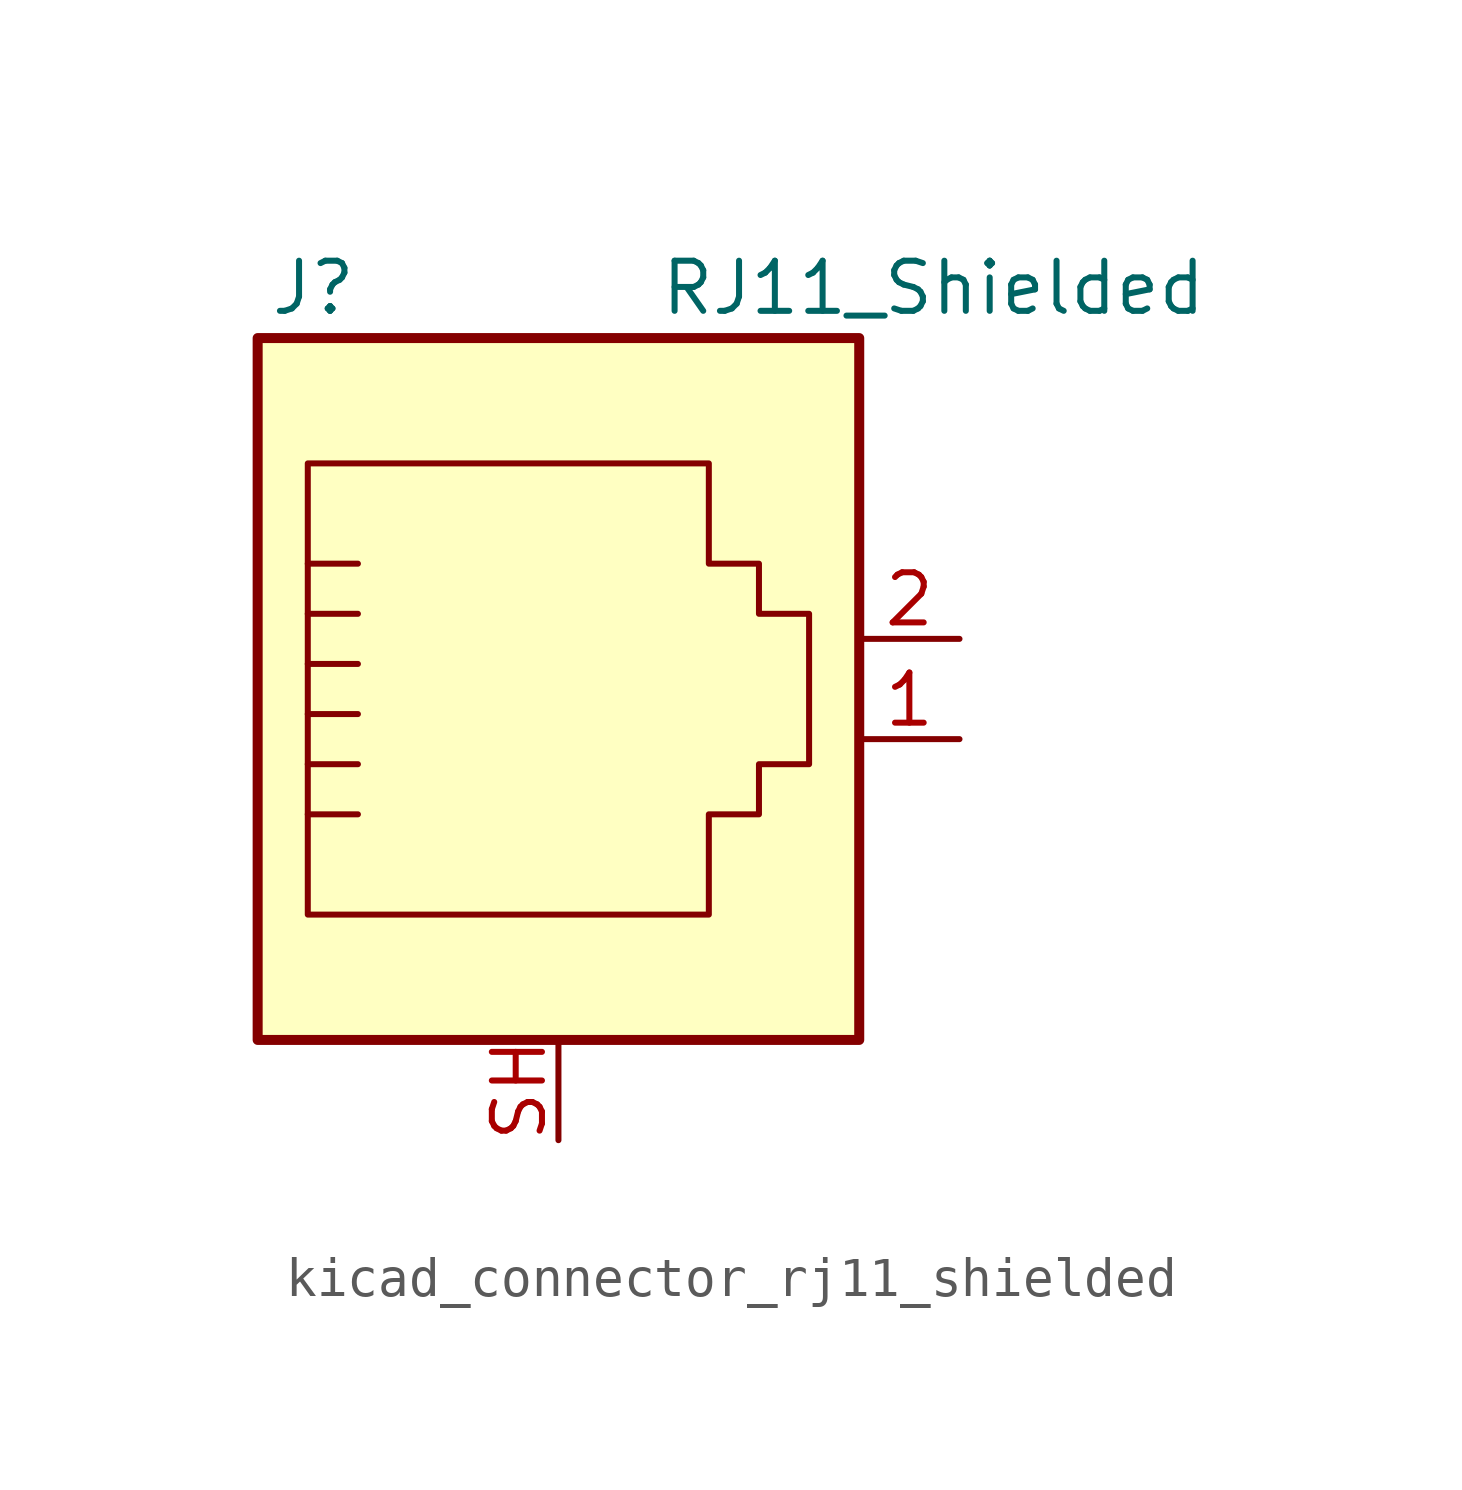
<source format=kicad_sym>
(kicad_symbol_lib
  (version 20220914)
  (generator kicad_symbol_editor)
  (symbol "kicad_connector_rj11_shielded"
    (pin_names
      (offset 1.016))
    (property "Reference" "J"
      (at -5.08 11.43 0)
      (effects (font (size 1.27 1.27)) (justify right)))
    (property "Value" "RJ11_Shielded"
      (at 2.54 11.43 0)
      (effects (font (size 1.27 1.27)) (justify left)))
    (symbol "kicad_connector_rj11_shielded_0_1"
      (polyline (pts (xy -6.35 -1.905) (xy -5.08 -1.905) (xy -5.08 -1.905)) (stroke (width 0) (type default)) (fill (type none)))
      (polyline (pts (xy -6.35 -0.635) (xy -5.08 -0.635) (xy -5.08 -0.635)) (stroke (width 0) (type default)) (fill (type none)))
      (polyline (pts (xy -6.35 0.635) (xy -5.08 0.635) (xy -5.08 0.635)) (stroke (width 0) (type default)) (fill (type none)))
      (polyline (pts (xy -6.35 1.905) (xy -5.08 1.905) (xy -5.08 1.905)) (stroke (width 0) (type default)) (fill (type none)))
      (polyline (pts (xy -6.35 3.175) (xy -5.08 3.175) (xy -5.08 3.175)) (stroke (width 0) (type default)) (fill (type none)))
      (polyline (pts (xy -5.08 4.445) (xy -6.35 4.445) (xy -6.35 4.445)) (stroke (width 0) (type default)) (fill (type none)))
      (polyline (pts (xy -6.35 -4.445) (xy -6.35 6.985) (xy 3.81 6.985) (xy 3.81 4.445) (xy 5.08 4.445) (xy 5.08 3.175) (xy 6.35 3.175) (xy 6.35 -0.635) (xy 5.08 -0.635) (xy 5.08 -1.905) (xy 3.81 -1.905) (xy 3.81 -4.445) (xy -6.35 -4.445) (xy -6.35 -4.445)) (stroke (width 0) (type default)) (fill (type none)))
      (rectangle (start 7.62 10.16) (end -7.62 -7.62) (stroke (width 0.254) (type default)) (fill (type background))))
    (symbol "kicad_connector_rj11_shielded_1_1"
      (pin passive line (at 10.16 0 180) (length 2.54) (name "~" (effects (font (size 1.27 1.27)))) (number "1" (effects (font (size 1.27 1.27)))))
      (pin passive line (at 10.16 2.54 180) (length 2.54) (name "~" (effects (font (size 1.27 1.27)))) (number "2" (effects (font (size 1.27 1.27)))))
      (pin passive line (at 0 -10.16 90) (length 2.54) (name "~" (effects (font (size 1.27 1.27)))) (number "SH" (effects (font (size 1.27 1.27))))))))
</source>
